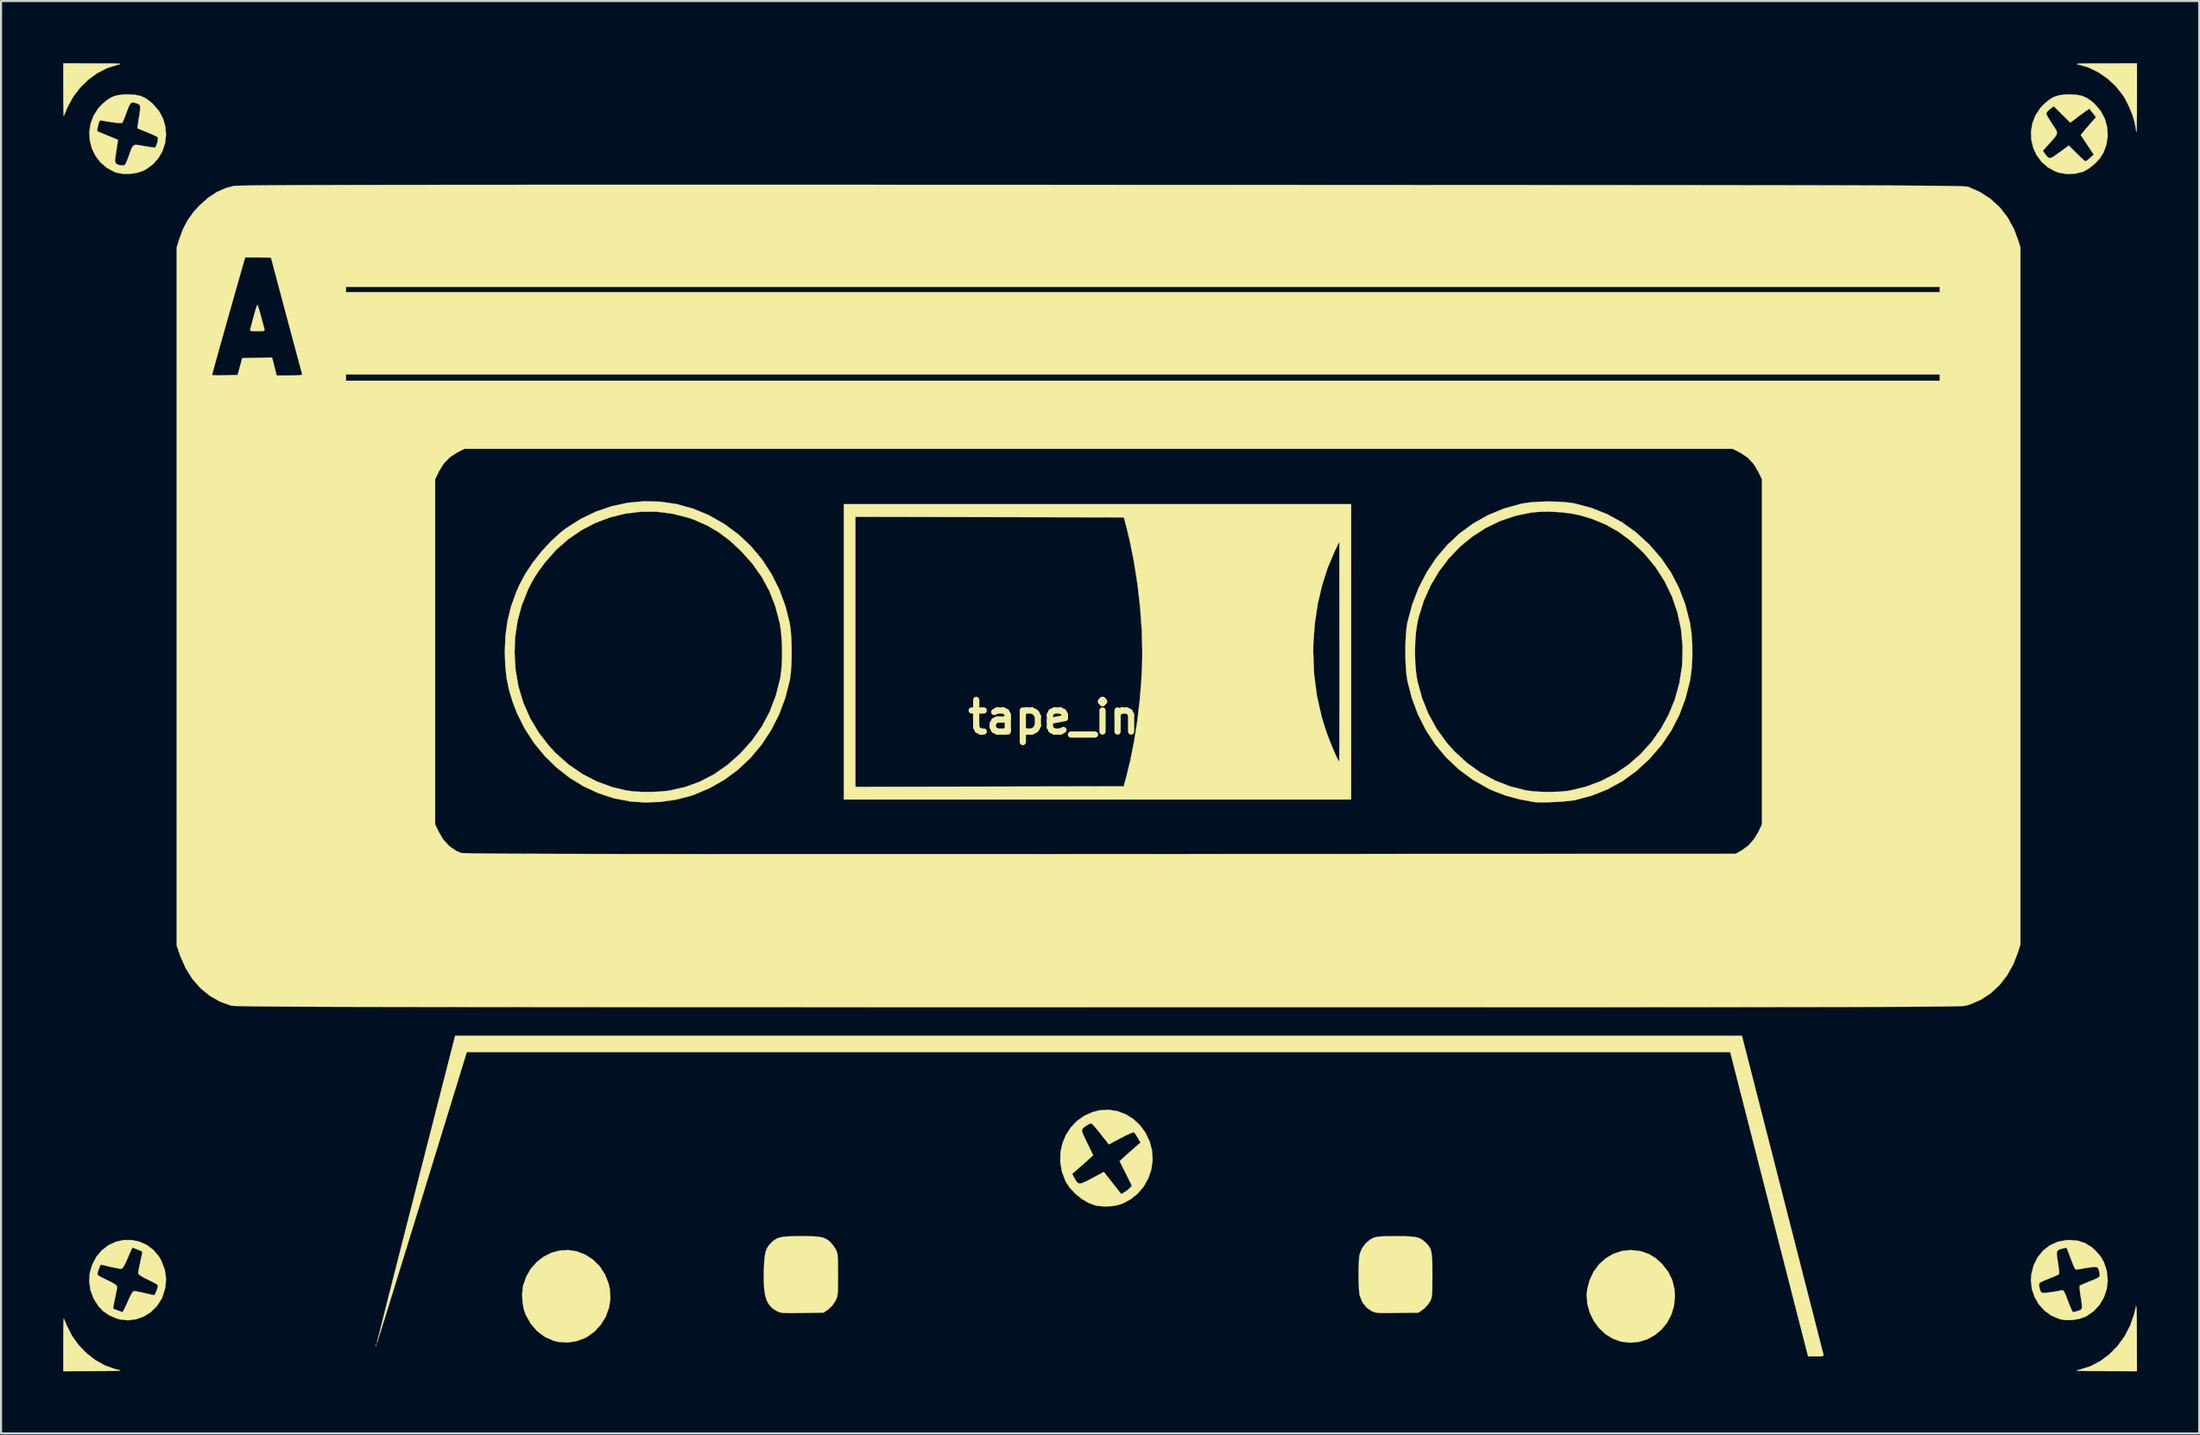
<source format=kicad_pcb>
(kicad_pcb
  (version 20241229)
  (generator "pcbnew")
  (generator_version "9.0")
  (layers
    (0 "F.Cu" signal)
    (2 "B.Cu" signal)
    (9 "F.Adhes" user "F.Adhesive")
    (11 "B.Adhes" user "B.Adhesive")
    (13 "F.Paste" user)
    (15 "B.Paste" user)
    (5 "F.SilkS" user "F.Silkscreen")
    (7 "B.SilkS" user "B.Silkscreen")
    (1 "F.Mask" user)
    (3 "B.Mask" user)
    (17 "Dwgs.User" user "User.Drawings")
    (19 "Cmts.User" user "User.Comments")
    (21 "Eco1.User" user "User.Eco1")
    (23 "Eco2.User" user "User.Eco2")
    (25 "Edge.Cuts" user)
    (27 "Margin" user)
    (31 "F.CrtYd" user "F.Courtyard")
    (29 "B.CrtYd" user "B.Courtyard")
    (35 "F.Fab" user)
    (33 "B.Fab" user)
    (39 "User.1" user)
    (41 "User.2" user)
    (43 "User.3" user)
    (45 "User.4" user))
  (footprint "tape_invert"
    (layer "F.Cu")
    (at 49.94 31.564)
    (property "Reference" "tape_invert" (at 0 0 0) (layer "F.SilkS") (effects (font (size 1.524 1.524) (thickness 0.3))))
    (attr through_hole)
    (fp_poly (pts (xy -21.183 -8.579) (xy -20.987 -8.554) (xy -20.804 -8.519) (xy -20.585 -8.467) (xy -20.349 -8.405) (xy -20.118 -8.339) (xy -19.913 -8.275) (xy -19.755 -8.219) (xy -19.663 -8.177) (xy -19.648 -8.162) (xy -19.671 -8.108) (xy -19.732 -7.986) (xy -19.822 -7.817) (xy -19.881 -7.708) (xy -19.978 -7.519) (xy -20.049 -7.363) (xy -20.085 -7.261) (xy -20.085 -7.235) (xy -20.031 -7.19) (xy -19.911 -7.109) (xy -19.748 -7.007) (xy -19.687 -6.971) (xy -19.501 -6.861) (xy -19.338 -6.762) (xy -19.225 -6.693) (xy -19.208 -6.683) (xy -19.156 -6.656) (xy -19.111 -6.66) (xy -19.061 -6.709) (xy -18.991 -6.815) (xy -18.892 -6.994) (xy -18.846 -7.078) (xy -18.593 -7.545) (xy -18.228 -7.2) (xy -18.03 -7.002) (xy -17.825 -6.78) (xy -17.649 -6.573) (xy -17.608 -6.52) (xy -17.346 -6.126) (xy -17.1 -5.667) (xy -16.885 -5.174) (xy -16.712 -4.677) (xy -16.594 -4.207) (xy -16.564 -4.022) (xy -16.53 -3.767) (xy -17.561 -3.767) (xy -17.561 -2.545) (xy -16.53 -2.545) (xy -16.564 -2.29) (xy -16.687 -1.697) (xy -16.896 -1.093) (xy -17.179 -0.499) (xy -17.525 0.064) (xy -17.923 0.575) (xy -18.247 0.908) (xy -18.593 1.232) (xy -18.846 0.766) (xy -19.098 0.301) (xy -19.335 0.44) (xy -19.579 0.586) (xy -19.793 0.72) (xy -19.962 0.832) (xy -20.071 0.913) (xy -20.106 0.951) (xy -20.083 1.006) (xy -20.022 1.13) (xy -19.932 1.3) (xy -19.872 1.411) (xy -19.774 1.596) (xy -19.7 1.745) (xy -19.66 1.836) (xy -19.656 1.856) (xy -19.709 1.879) (xy -19.833 1.927) (xy -20.005 1.99) (xy -20.047 2.005) (xy -20.624 2.167) (xy -21.244 2.261) (xy -21.872 2.284) (xy -22.475 2.233) (xy -22.583 2.215) (xy -22.893 2.15) (xy -23.175 2.075) (xy -23.413 1.995) (xy -23.596 1.915) (xy -23.709 1.841) (xy -23.738 1.778) (xy -23.732 1.766) (xy -23.687 1.695) (xy -23.609 1.56) (xy -23.511 1.385) (xy -23.473 1.316) (xy -23.261 0.927) (xy -23.777 0.614) (xy -23.979 0.494) (xy -24.146 0.398) (xy -24.261 0.335) (xy -24.306 0.316) (xy -24.334 0.365) (xy -24.399 0.482) (xy -24.491 0.65) (xy -24.56 0.778) (xy -24.8 1.225) (xy -25.062 1.003) (xy -25.413 0.658) (xy -25.756 0.238) (xy -26.073 -0.235) (xy -26.348 -0.733) (xy -26.564 -1.232) (xy -26.6 -1.334) (xy -26.65 -1.499) (xy -26.707 -1.713) (xy -26.765 -1.947) (xy -26.816 -2.175) (xy -26.855 -2.368) (xy -26.875 -2.5) (xy -26.876 -2.525) (xy -26.829 -2.534) (xy -26.701 -2.54) (xy -26.515 -2.544) (xy -26.367 -2.545) (xy -25.858 -2.545) (xy -25.858 -3.767) (xy -26.877 -3.767) (xy -26.844 -3.983) (xy -26.705 -4.627) (xy -26.489 -5.259) (xy -26.206 -5.862) (xy -25.865 -6.421) (xy -25.475 -6.918) (xy -25.045 -7.336) (xy -24.985 -7.386) (xy -24.799 -7.534) (xy -24.559 -7.089) (xy -24.457 -6.899) (xy -24.374 -6.747) (xy -24.321 -6.652) (xy -24.308 -6.63) (xy -24.263 -6.65) (xy -24.148 -6.712) (xy -23.981 -6.808) (xy -23.779 -6.928) (xy -23.779 -6.928) (xy -23.261 -7.238) (xy -23.473 -7.628) (xy -23.575 -7.812) (xy -23.663 -7.966) (xy -23.723 -8.064) (xy -23.734 -8.081) (xy -23.738 -8.133) (xy -23.664 -8.192) (xy -23.55 -8.248) (xy -23.144 -8.392) (xy -22.672 -8.501) (xy -22.167 -8.571) (xy -21.66 -8.598) (xy -21.183 -8.579)) (stroke (width 0.01) (type solid)) (fill yes) (layer "F.Mask"))
    (fp_poly (pts (xy 21.976 -8.589) (xy 22.481 -8.54) (xy 22.967 -8.451) (xy 23.403 -8.326) (xy 23.593 -8.251) (xy 23.82 -8.151) (xy 23.596 -7.753) (xy 23.494 -7.569) (xy 23.412 -7.415) (xy 23.363 -7.315) (xy 23.355 -7.294) (xy 23.39 -7.252) (xy 23.491 -7.171) (xy 23.637 -7.065) (xy 23.809 -6.948) (xy 23.986 -6.832) (xy 24.149 -6.731) (xy 24.276 -6.658) (xy 24.348 -6.628) (xy 24.357 -6.629) (xy 24.384 -6.677) (xy 24.448 -6.794) (xy 24.539 -6.962) (xy 24.608 -7.089) (xy 24.849 -7.535) (xy 25.039 -7.385) (xy 25.395 -7.056) (xy 25.742 -6.647) (xy 26.066 -6.181) (xy 26.351 -5.679) (xy 26.583 -5.163) (xy 26.654 -4.969) (xy 26.703 -4.806) (xy 26.759 -4.595) (xy 26.816 -4.362) (xy 26.867 -4.136) (xy 26.906 -3.943) (xy 26.926 -3.812) (xy 26.927 -3.787) (xy 26.88 -3.778) (xy 26.752 -3.772) (xy 26.566 -3.768) (xy 26.418 -3.767) (xy 25.909 -3.767) (xy 25.909 -2.545) (xy 26.418 -2.545) (xy 26.632 -2.543) (xy 26.801 -2.538) (xy 26.905 -2.531) (xy 26.927 -2.525) (xy 26.914 -2.419) (xy 26.881 -2.243) (xy 26.833 -2.023) (xy 26.777 -1.788) (xy 26.719 -1.565) (xy 26.666 -1.381) (xy 26.651 -1.334) (xy 26.449 -0.838) (xy 26.185 -0.337) (xy 25.876 0.143) (xy 25.537 0.576) (xy 25.186 0.939) (xy 25.113 1.003) (xy 24.851 1.225) (xy 24.611 0.778) (xy 24.508 0.588) (xy 24.424 0.435) (xy 24.37 0.339) (xy 24.357 0.316) (xy 24.311 0.335) (xy 24.196 0.398) (xy 24.03 0.495) (xy 23.829 0.616) (xy 23.314 0.932) (xy 23.525 1.318) (xy 23.627 1.502) (xy 23.715 1.655) (xy 23.774 1.753) (xy 23.785 1.769) (xy 23.776 1.828) (xy 23.674 1.9) (xy 23.488 1.983) (xy 23.226 2.072) (xy 22.971 2.144) (xy 22.646 2.208) (xy 22.256 2.251) (xy 21.837 2.272) (xy 21.424 2.269) (xy 21.052 2.243) (xy 20.865 2.215) (xy 20.692 2.176) (xy 20.48 2.12) (xy 20.254 2.054) (xy 20.039 1.986) (xy 19.859 1.924) (xy 19.739 1.875) (xy 19.707 1.856) (xy 19.722 1.807) (xy 19.777 1.69) (xy 19.863 1.524) (xy 19.927 1.405) (xy 20.025 1.214) (xy 20.097 1.055) (xy 20.133 0.949) (xy 20.134 0.92) (xy 20.079 0.874) (xy 19.959 0.792) (xy 19.798 0.689) (xy 19.62 0.578) (xy 19.446 0.476) (xy 19.302 0.395) (xy 19.211 0.351) (xy 19.202 0.348) (xy 19.15 0.383) (xy 19.065 0.493) (xy 18.958 0.663) (xy 18.887 0.787) (xy 18.638 1.243) (xy 18.182 0.787) (xy 17.734 0.287) (xy 17.366 -0.238) (xy 17.077 -0.777) (xy 16.95 -1.079) (xy 16.828 -1.429) (xy 16.722 -1.788) (xy 16.644 -2.118) (xy 16.615 -2.29) (xy 16.581 -2.545) (xy 17.612 -2.545) (xy 17.612 -3.767) (xy 16.581 -3.767) (xy 16.615 -4.022) (xy 16.705 -4.471) (xy 16.856 -4.96) (xy 17.055 -5.459) (xy 17.289 -5.936) (xy 17.546 -6.362) (xy 17.659 -6.52) (xy 17.819 -6.715) (xy 18.019 -6.937) (xy 18.223 -7.146) (xy 18.278 -7.2) (xy 18.643 -7.544) (xy 18.89 -7.093) (xy 19.005 -6.897) (xy 19.104 -6.751) (xy 19.176 -6.67) (xy 19.202 -6.66) (xy 19.28 -6.695) (xy 19.415 -6.77) (xy 19.584 -6.869) (xy 19.764 -6.979) (xy 19.93 -7.085) (xy 20.06 -7.172) (xy 20.129 -7.226) (xy 20.134 -7.232) (xy 20.124 -7.295) (xy 20.073 -7.424) (xy 19.99 -7.598) (xy 19.932 -7.708) (xy 19.831 -7.894) (xy 19.753 -8.046) (xy 19.707 -8.141) (xy 19.699 -8.162) (xy 19.745 -8.194) (xy 19.87 -8.243) (xy 20.052 -8.303) (xy 20.271 -8.369) (xy 20.506 -8.434) (xy 20.737 -8.492) (xy 20.943 -8.537) (xy 21.038 -8.554) (xy 21.485 -8.595) (xy 21.976 -8.589)) (stroke (width 0.01) (type solid)) (fill yes) (layer "F.Mask"))
    (fp_poly (pts (xy -34.817 30.312) (xy -34.842 30.337) (xy -34.868 30.312) (xy -34.842 30.287) (xy -34.817 30.312)) (stroke (width 0.01) (type solid)) (fill yes) (layer "F.SilkS"))
    (fp_poly (pts (xy -40.546 -19.857) (xy -40.504 -19.732) (xy -40.449 -19.548) (xy -40.396 -19.355) (xy -40.335 -19.125) (xy -40.281 -18.925) (xy -40.242 -18.78) (xy -40.226 -18.719) (xy -40.224 -18.673) (xy -40.263 -18.646) (xy -40.362 -18.633) (xy -40.542 -18.63) (xy -40.569 -18.63) (xy -40.758 -18.632) (xy -40.866 -18.641) (xy -40.911 -18.665) (xy -40.915 -18.711) (xy -40.907 -18.745) (xy -40.807 -19.126) (xy -40.721 -19.44) (xy -40.651 -19.679) (xy -40.601 -19.835) (xy -40.572 -19.901) (xy -40.57 -19.903) (xy -40.546 -19.857)) (stroke (width 0.01) (type solid)) (fill yes) (layer "F.SilkS"))
    (fp_poly (pts (xy -49.886 29.073) (xy -49.832 29.195) (xy -49.765 29.359) (xy -49.518 29.847) (xy -49.197 30.296) (xy -48.813 30.694) (xy -48.382 31.028) (xy -47.917 31.287) (xy -47.431 31.459) (xy -47.339 31.48) (xy -47.248 31.501) (xy -47.196 31.517) (xy -47.188 31.529) (xy -47.235 31.538) (xy -47.344 31.545) (xy -47.524 31.549) (xy -47.782 31.552) (xy -48.128 31.554) (xy -48.471 31.555) (xy -49.935 31.559) (xy -49.935 30.278) (xy -49.934 29.93) (xy -49.932 29.62) (xy -49.928 29.361) (xy -49.924 29.166) (xy -49.919 29.048) (xy -49.914 29.018) (xy -49.886 29.073)) (stroke (width 0.01) (type solid)) (fill yes) (layer "F.SilkS"))
    (fp_poly (pts (xy -48.471 -31.555) (xy -48.051 -31.554) (xy -47.724 -31.552) (xy -47.482 -31.549) (xy -47.317 -31.544) (xy -47.221 -31.537) (xy -47.186 -31.527) (xy -47.203 -31.514) (xy -47.264 -31.497) (xy -47.339 -31.48) (xy -47.827 -31.326) (xy -48.297 -31.083) (xy -48.736 -30.762) (xy -49.129 -30.375) (xy -49.463 -29.935) (xy -49.725 -29.453) (xy -49.765 -29.359) (xy -49.833 -29.195) (xy -49.886 -29.073) (xy -49.914 -29.018) (xy -49.92 -29.061) (xy -49.925 -29.192) (xy -49.929 -29.399) (xy -49.932 -29.667) (xy -49.934 -29.984) (xy -49.935 -30.278) (xy -49.935 -31.559) (xy -48.471 -31.555)) (stroke (width 0.01) (type solid)) (fill yes) (layer "F.SilkS"))
    (fp_poly (pts (xy 50.106 28.432) (xy 50.115 28.489) (xy 50.122 28.608) (xy 50.126 28.798) (xy 50.13 29.065) (xy 50.132 29.418) (xy 50.133 29.864) (xy 50.133 29.892) (xy 50.138 31.559) (xy 48.598 31.555) (xy 48.166 31.554) (xy 47.826 31.552) (xy 47.573 31.549) (xy 47.396 31.544) (xy 47.289 31.538) (xy 47.243 31.528) (xy 47.25 31.516) (xy 47.301 31.5) (xy 47.389 31.48) (xy 47.39 31.48) (xy 47.898 31.32) (xy 48.376 31.07) (xy 48.815 30.74) (xy 49.206 30.339) (xy 49.541 29.878) (xy 49.809 29.365) (xy 50.003 28.81) (xy 50.062 28.558) (xy 50.08 28.474) (xy 50.095 28.43) (xy 50.106 28.432)) (stroke (width 0.01) (type solid)) (fill yes) (layer "F.SilkS"))
    (fp_poly (pts (xy 50.138 -29.905) (xy 50.138 -29.506) (xy 50.136 -29.142) (xy 50.133 -28.824) (xy 50.13 -28.565) (xy 50.126 -28.376) (xy 50.122 -28.27) (xy 50.119 -28.251) (xy 50.102 -28.296) (xy 50.08 -28.414) (xy 50.065 -28.518) (xy 50.004 -28.804) (xy 49.895 -29.138) (xy 49.75 -29.487) (xy 49.583 -29.817) (xy 49.46 -30.019) (xy 49.125 -30.443) (xy 48.726 -30.816) (xy 48.281 -31.123) (xy 47.809 -31.353) (xy 47.39 -31.48) (xy 47.301 -31.5) (xy 47.25 -31.516) (xy 47.243 -31.528) (xy 47.289 -31.538) (xy 47.396 -31.544) (xy 47.573 -31.549) (xy 47.826 -31.552) (xy 48.165 -31.554) (xy 48.598 -31.555) (xy 48.598 -31.555) (xy 50.138 -31.559) (xy 50.138 -29.905)) (stroke (width 0.01) (type solid)) (fill yes) (layer "F.SilkS"))
    (fp_poly (pts (xy -25.163 25.776) (xy -24.735 25.941) (xy -24.358 26.188) (xy -24.041 26.509) (xy -23.792 26.893) (xy -23.619 27.332) (xy -23.557 27.61) (xy -23.532 28.061) (xy -23.601 28.505) (xy -23.756 28.926) (xy -23.989 29.31) (xy -24.293 29.641) (xy -24.659 29.905) (xy -24.767 29.962) (xy -25.178 30.114) (xy -25.607 30.177) (xy -26.032 30.15) (xy -26.286 30.087) (xy -26.708 29.896) (xy -27.071 29.624) (xy -27.376 29.269) (xy -27.62 28.837) (xy -27.718 28.542) (xy -27.775 28.193) (xy -27.789 27.829) (xy -27.755 27.492) (xy -27.742 27.43) (xy -27.595 26.999) (xy -27.373 26.617) (xy -27.087 26.293) (xy -26.749 26.032) (xy -26.372 25.844) (xy -25.967 25.736) (xy -25.545 25.715) (xy -25.163 25.776)) (stroke (width 0.01) (type solid)) (fill yes) (layer "F.SilkS"))
    (fp_poly (pts (xy 26.138 25.76) (xy 26.234 25.782) (xy 26.595 25.911) (xy 26.913 26.105) (xy 27.217 26.381) (xy 27.221 26.385) (xy 27.516 26.761) (xy 27.715 27.168) (xy 27.821 27.614) (xy 27.842 27.945) (xy 27.797 28.407) (xy 27.667 28.834) (xy 27.464 29.217) (xy 27.196 29.547) (xy 26.873 29.817) (xy 26.506 30.019) (xy 26.104 30.144) (xy 25.677 30.184) (xy 25.236 30.13) (xy 25.228 30.128) (xy 24.833 29.985) (xy 24.476 29.759) (xy 24.167 29.463) (xy 23.913 29.112) (xy 23.726 28.72) (xy 23.612 28.3) (xy 23.582 27.868) (xy 23.608 27.61) (xy 23.729 27.152) (xy 23.926 26.744) (xy 24.19 26.394) (xy 24.508 26.109) (xy 24.873 25.896) (xy 25.273 25.762) (xy 25.698 25.714) (xy 26.138 25.76)) (stroke (width 0.01) (type solid)) (fill yes) (layer "F.SilkS"))
    (fp_poly (pts (xy 14.746 25.047) (xy 15.038 25.057) (xy 15.262 25.078) (xy 15.434 25.114) (xy 15.57 25.168) (xy 15.687 25.244) (xy 15.797 25.339) (xy 15.903 25.446) (xy 15.985 25.55) (xy 16.045 25.667) (xy 16.086 25.81) (xy 16.113 25.997) (xy 16.128 26.241) (xy 16.135 26.558) (xy 16.136 26.917) (xy 16.135 27.274) (xy 16.133 27.545) (xy 16.127 27.746) (xy 16.116 27.893) (xy 16.098 28.001) (xy 16.073 28.085) (xy 16.039 28.163) (xy 16.017 28.204) (xy 15.9 28.373) (xy 15.743 28.533) (xy 15.682 28.581) (xy 15.466 28.734) (xy 14.439 28.748) (xy 14.088 28.753) (xy 13.823 28.753) (xy 13.627 28.75) (xy 13.484 28.74) (xy 13.379 28.723) (xy 13.294 28.698) (xy 13.215 28.663) (xy 13.191 28.651) (xy 12.946 28.474) (xy 12.755 28.224) (xy 12.636 27.925) (xy 12.627 27.889) (xy 12.603 27.714) (xy 12.587 27.465) (xy 12.577 27.167) (xy 12.574 26.847) (xy 12.579 26.532) (xy 12.591 26.248) (xy 12.61 26.021) (xy 12.627 25.917) (xy 12.729 25.652) (xy 12.906 25.406) (xy 13.131 25.21) (xy 13.257 25.14) (xy 13.348 25.105) (xy 13.454 25.08) (xy 13.594 25.062) (xy 13.784 25.052) (xy 14.042 25.047) (xy 14.369 25.045) (xy 14.746 25.047)) (stroke (width 0.01) (type solid)) (fill yes) (layer "F.SilkS"))
    (fp_poly (pts (xy -13.953 25.046) (xy -13.662 25.057) (xy -13.439 25.079) (xy -13.268 25.116) (xy -13.132 25.172) (xy -13.015 25.249) (xy -12.912 25.339) (xy -12.792 25.476) (xy -12.679 25.642) (xy -12.657 25.68) (xy -12.62 25.756) (xy -12.592 25.836) (xy -12.572 25.936) (xy -12.559 26.072) (xy -12.552 26.259) (xy -12.548 26.515) (xy -12.547 26.854) (xy -12.547 26.903) (xy -12.548 27.251) (xy -12.55 27.513) (xy -12.556 27.707) (xy -12.568 27.849) (xy -12.587 27.955) (xy -12.615 28.042) (xy -12.653 28.126) (xy -12.677 28.175) (xy -12.831 28.4) (xy -13.025 28.581) (xy -13.025 28.581) (xy -13.243 28.734) (xy -14.269 28.749) (xy -14.619 28.754) (xy -14.882 28.756) (xy -15.076 28.753) (xy -15.217 28.744) (xy -15.32 28.727) (xy -15.403 28.702) (xy -15.48 28.667) (xy -15.525 28.644) (xy -15.717 28.519) (xy -15.868 28.362) (xy -15.981 28.162) (xy -16.06 27.909) (xy -16.109 27.59) (xy -16.13 27.195) (xy -16.127 26.713) (xy -16.125 26.647) (xy -16.109 26.289) (xy -16.083 26.013) (xy -16.042 25.801) (xy -15.979 25.635) (xy -15.89 25.494) (xy -15.769 25.362) (xy -15.746 25.339) (xy -15.631 25.239) (xy -15.512 25.165) (xy -15.373 25.112) (xy -15.197 25.076) (xy -14.968 25.056) (xy -14.668 25.046) (xy -14.329 25.044) (xy -13.953 25.046)) (stroke (width 0.01) (type solid)) (fill yes) (layer "F.SilkS"))
    (fp_poly (pts (xy 12.216 3.97) (xy -12.267 3.97) (xy -12.267 3.36) (xy -11.707 3.36) (xy -5.234 3.347) (xy 1.24 3.334) (xy 1.359 2.901) (xy 1.564 2.061) (xy 1.744 1.148) (xy 1.894 0.187) (xy 2.011 -0.796) (xy 2.092 -1.775) (xy 2.133 -2.724) (xy 2.138 -3.156) (xy 10.384 -3.156) (xy 10.429 -2.074) (xy 10.565 -1.031) (xy 10.794 -0.019) (xy 11.003 0.654) (xy 11.084 0.88) (xy 11.18 1.129) (xy 11.284 1.385) (xy 11.386 1.628) (xy 11.481 1.843) (xy 11.56 2.011) (xy 11.616 2.114) (xy 11.638 2.138) (xy 11.641 2.088) (xy 11.643 1.943) (xy 11.645 1.71) (xy 11.647 1.395) (xy 11.649 1.004) (xy 11.65 0.546) (xy 11.651 0.025) (xy 11.652 -0.55) (xy 11.653 -1.174) (xy 11.653 -1.84) (xy 11.653 -2.541) (xy 11.652 -3.169) (xy 11.648 -8.475) (xy 11.425 -8.017) (xy 11.09 -7.229) (xy 10.816 -6.374) (xy 10.605 -5.469) (xy 10.463 -4.532) (xy 10.392 -3.58) (xy 10.384 -3.156) (xy 2.138 -3.156) (xy 2.111 -4.208) (xy 2.032 -5.304) (xy 1.905 -6.414) (xy 1.734 -7.507) (xy 1.523 -8.555) (xy 1.362 -9.213) (xy 1.247 -9.646) (xy -5.23 -9.659) (xy -11.707 -9.672) (xy -11.707 3.36) (xy -12.267 3.36) (xy -12.267 -10.282) (xy 12.216 -10.282) (xy 12.216 3.97)) (stroke (width 0.01) (type solid)) (fill yes) (layer "F.SilkS"))
    (fp_poly (pts (xy 0.025 15.373) (xy 31.076 15.373) (xy 33.031 23.02) (xy 33.251 23.882) (xy 33.465 24.718) (xy 33.671 25.522) (xy 33.867 26.289) (xy 34.052 27.014) (xy 34.225 27.691) (xy 34.385 28.315) (xy 34.53 28.881) (xy 34.658 29.382) (xy 34.768 29.814) (xy 34.86 30.172) (xy 34.931 30.45) (xy 34.98 30.642) (xy 35.006 30.743) (xy 35.009 30.757) (xy 35.01 30.803) (xy 34.971 30.83) (xy 34.872 30.843) (xy 34.694 30.846) (xy 34.652 30.846) (xy 34.271 30.846) (xy 34.031 29.918) (xy 33.989 29.752) (xy 33.923 29.494) (xy 33.835 29.152) (xy 33.727 28.732) (xy 33.602 28.242) (xy 33.46 27.687) (xy 33.303 27.076) (xy 33.134 26.415) (xy 32.953 25.711) (xy 32.764 24.97) (xy 32.567 24.201) (xy 32.365 23.41) (xy 32.159 22.604) (xy 32.151 22.575) (xy 30.511 16.161) (xy -30.463 16.161) (xy -32.627 23.195) (xy -32.879 24.013) (xy -33.123 24.805) (xy -33.357 25.564) (xy -33.579 26.285) (xy -33.789 26.962) (xy -33.983 27.591) (xy -34.161 28.166) (xy -34.321 28.681) (xy -34.461 29.13) (xy -34.579 29.51) (xy -34.675 29.813) (xy -34.745 30.036) (xy -34.788 30.171) (xy -34.804 30.215) (xy -34.793 30.165) (xy -34.758 30.022) (xy -34.701 29.791) (xy -34.622 29.477) (xy -34.524 29.087) (xy -34.407 28.625) (xy -34.274 28.096) (xy -34.124 27.507) (xy -33.96 26.863) (xy -33.784 26.168) (xy -33.595 25.429) (xy -33.397 24.65) (xy -33.189 23.838) (xy -32.974 22.997) (xy -32.921 22.787) (xy -31.025 15.373) (xy 0.025 15.373)) (stroke (width 0.01) (type solid)) (fill yes) (layer "F.SilkS"))
    (fp_poly (pts (xy 47.222 -30.042) (xy 47.497 -29.986) (xy 47.737 -29.879) (xy 47.974 -29.709) (xy 48.106 -29.591) (xy 48.39 -29.259) (xy 48.59 -28.88) (xy 48.703 -28.47) (xy 48.728 -28.044) (xy 48.661 -27.615) (xy 48.522 -27.246) (xy 48.351 -26.978) (xy 48.114 -26.72) (xy 47.843 -26.498) (xy 47.566 -26.34) (xy 47.517 -26.321) (xy 47.15 -26.231) (xy 46.759 -26.217) (xy 46.38 -26.278) (xy 46.209 -26.336) (xy 45.836 -26.54) (xy 45.531 -26.809) (xy 45.295 -27.129) (xy 45.2 -27.338) (xy 45.599 -27.338) (xy 45.703 -27.191) (xy 45.792 -27.071) (xy 45.866 -27.002) (xy 45.946 -26.985) (xy 46.049 -27.022) (xy 46.197 -27.115) (xy 46.399 -27.261) (xy 46.852 -27.591) (xy 47.235 -27.208) (xy 47.396 -27.051) (xy 47.531 -26.925) (xy 47.624 -26.846) (xy 47.657 -26.825) (xy 47.715 -26.857) (xy 47.816 -26.938) (xy 47.875 -26.991) (xy 48.053 -27.156) (xy 47.427 -28.097) (xy 47.548 -28.247) (xy 47.644 -28.362) (xy 47.778 -28.519) (xy 47.917 -28.679) (xy 48.163 -28.961) (xy 47.839 -29.371) (xy 47.678 -29.259) (xy 47.554 -29.17) (xy 47.386 -29.047) (xy 47.219 -28.921) (xy 46.922 -28.695) (xy 46.523 -29.092) (xy 46.123 -29.489) (xy 45.942 -29.351) (xy 45.832 -29.251) (xy 45.767 -29.163) (xy 45.761 -29.138) (xy 45.788 -29.066) (xy 45.86 -28.933) (xy 45.966 -28.759) (xy 46.048 -28.633) (xy 46.169 -28.452) (xy 46.248 -28.321) (xy 46.281 -28.218) (xy 46.264 -28.122) (xy 46.193 -28.01) (xy 46.066 -27.86) (xy 45.896 -27.671) (xy 45.599 -27.338) (xy 45.2 -27.338) (xy 45.131 -27.489) (xy 45.041 -27.873) (xy 45.027 -28.268) (xy 45.093 -28.662) (xy 45.239 -29.042) (xy 45.469 -29.392) (xy 45.642 -29.578) (xy 45.892 -29.791) (xy 46.127 -29.933) (xy 46.38 -30.016) (xy 46.681 -30.053) (xy 46.881 -30.057) (xy 47.222 -30.042)) (stroke (width 0.01) (type solid)) (fill yes) (layer "F.SilkS"))
    (fp_poly (pts (xy 0.942 19.012) (xy 1.344 19.165) (xy 1.71 19.395) (xy 2.031 19.694) (xy 2.294 20.056) (xy 2.491 20.471) (xy 2.606 20.908) (xy 2.635 21.371) (xy 2.574 21.823) (xy 2.428 22.251) (xy 2.208 22.643) (xy 1.92 22.986) (xy 1.572 23.267) (xy 1.174 23.474) (xy 0.949 23.547) (xy 0.654 23.597) (xy 0.318 23.61) (xy -0.004 23.584) (xy -0.121 23.562) (xy -0.448 23.443) (xy -0.781 23.247) (xy -1.094 22.995) (xy -1.363 22.707) (xy -1.562 22.404) (xy -1.576 22.375) (xy -1.702 22.036) (xy -1.247 22.036) (xy -1.151 22.215) (xy -1.068 22.363) (xy -0.994 22.459) (xy -0.913 22.502) (xy -0.806 22.495) (xy -0.655 22.437) (xy -0.442 22.33) (xy -0.295 22.252) (xy 0.282 21.944) (xy 0.702 22.478) (xy 1.122 23.012) (xy 1.277 22.921) (xy 1.417 22.824) (xy 1.533 22.721) (xy 1.635 22.613) (xy 1.339 22.018) (xy 1.043 21.423) (xy 1.247 21.236) (xy 1.391 21.105) (xy 1.573 20.943) (xy 1.752 20.787) (xy 2.053 20.525) (xy 1.917 20.293) (xy 1.83 20.156) (xy 1.759 20.058) (xy 1.731 20.03) (xy 1.67 20.041) (xy 1.538 20.094) (xy 1.354 20.179) (xy 1.137 20.289) (xy 1.103 20.307) (xy 0.525 20.615) (xy 0.122 20.106) (xy -0.032 19.914) (xy -0.166 19.756) (xy -0.266 19.645) (xy -0.318 19.598) (xy -0.321 19.597) (xy -0.417 19.627) (xy -0.548 19.699) (xy -0.674 19.789) (xy -0.727 19.839) (xy -0.762 19.884) (xy -0.776 19.934) (xy -0.765 20.006) (xy -0.724 20.117) (xy -0.648 20.284) (xy -0.532 20.525) (xy -0.525 20.537) (xy -0.233 21.136) (xy -0.435 21.321) (xy -0.577 21.449) (xy -0.758 21.61) (xy -0.938 21.768) (xy -0.942 21.771) (xy -1.247 22.036) (xy -1.702 22.036) (xy -1.744 21.923) (xy -1.821 21.466) (xy -1.812 21.014) (xy -1.722 20.58) (xy -1.557 20.174) (xy -1.322 19.807) (xy -1.022 19.49) (xy -0.663 19.235) (xy -0.251 19.052) (xy 0.072 18.972) (xy 0.514 18.945) (xy 0.942 19.012)) (stroke (width 0.01) (type solid)) (fill yes) (layer "F.SilkS"))
    (fp_poly (pts (xy -46.488 -30.042) (xy -46.213 -29.986) (xy -45.973 -29.879) (xy -45.736 -29.709) (xy -45.604 -29.591) (xy -45.322 -29.264) (xy -45.125 -28.899) (xy -45.011 -28.51) (xy -44.977 -28.111) (xy -45.022 -27.715) (xy -45.144 -27.336) (xy -45.341 -26.988) (xy -45.611 -26.683) (xy -45.952 -26.437) (xy -46.054 -26.383) (xy -46.354 -26.278) (xy -46.698 -26.224) (xy -47.046 -26.224) (xy -47.361 -26.28) (xy -47.456 -26.312) (xy -47.834 -26.514) (xy -48.146 -26.782) (xy -48.388 -27.102) (xy -48.56 -27.46) (xy -48.657 -27.845) (xy -48.677 -28.242) (xy -48.667 -28.308) (xy -48.301 -28.308) (xy -48.299 -28.283) (xy -48.247 -28.259) (xy -48.121 -28.206) (xy -47.943 -28.132) (xy -47.797 -28.072) (xy -47.595 -27.99) (xy -47.431 -27.923) (xy -47.328 -27.88) (xy -47.301 -27.869) (xy -47.304 -27.819) (xy -47.32 -27.692) (xy -47.348 -27.51) (xy -47.364 -27.407) (xy -47.398 -27.19) (xy -47.424 -26.999) (xy -47.438 -26.866) (xy -47.44 -26.836) (xy -47.394 -26.724) (xy -47.264 -26.651) (xy -47.078 -26.625) (xy -47.012 -26.631) (xy -46.96 -26.666) (xy -46.909 -26.746) (xy -46.848 -26.891) (xy -46.783 -27.067) (xy -46.695 -27.313) (xy -46.629 -27.478) (xy -46.565 -27.576) (xy -46.484 -27.619) (xy -46.368 -27.621) (xy -46.198 -27.595) (xy -46.053 -27.569) (xy -45.84 -27.534) (xy -45.663 -27.506) (xy -45.548 -27.49) (xy -45.519 -27.487) (xy -45.477 -27.531) (xy -45.43 -27.64) (xy -45.39 -27.776) (xy -45.367 -27.902) (xy -45.371 -27.984) (xy -45.373 -27.986) (xy -45.431 -28.025) (xy -45.562 -28.09) (xy -45.744 -28.17) (xy -45.875 -28.224) (xy -46.074 -28.305) (xy -46.234 -28.37) (xy -46.334 -28.412) (xy -46.357 -28.423) (xy -46.354 -28.474) (xy -46.337 -28.602) (xy -46.31 -28.786) (xy -46.293 -28.889) (xy -46.251 -29.158) (xy -46.228 -29.345) (xy -46.226 -29.467) (xy -46.248 -29.541) (xy -46.295 -29.585) (xy -46.371 -29.617) (xy -46.379 -29.62) (xy -46.516 -29.662) (xy -46.613 -29.667) (xy -46.688 -29.622) (xy -46.755 -29.514) (xy -46.831 -29.329) (xy -46.877 -29.205) (xy -46.954 -28.999) (xy -47.022 -28.829) (xy -47.072 -28.717) (xy -47.089 -28.688) (xy -47.158 -28.675) (xy -47.312 -28.681) (xy -47.536 -28.707) (xy -47.814 -28.751) (xy -48.058 -28.795) (xy -48.137 -28.802) (xy -48.187 -28.769) (xy -48.225 -28.675) (xy -48.254 -28.558) (xy -48.286 -28.409) (xy -48.301 -28.308) (xy -48.667 -28.308) (xy -48.619 -28.637) (xy -48.48 -29.019) (xy -48.257 -29.372) (xy -48.055 -29.591) (xy -47.808 -29.799) (xy -47.573 -29.938) (xy -47.32 -30.019) (xy -47.017 -30.053) (xy -46.83 -30.057) (xy -46.488 -30.042)) (stroke (width 0.01) (type solid)) (fill yes) (layer "F.SilkS"))
    (fp_poly (pts (xy -46.628 25.231) (xy -46.253 25.312) (xy -45.901 25.472) (xy -45.588 25.707) (xy -45.326 26.015) (xy -45.202 26.231) (xy -45.038 26.668) (xy -44.976 27.109) (xy -45.016 27.549) (xy -45.157 27.987) (xy -45.2 28.079) (xy -45.423 28.425) (xy -45.711 28.707) (xy -46.048 28.918) (xy -46.42 29.052) (xy -46.81 29.102) (xy -47.204 29.061) (xy -47.355 29.019) (xy -47.723 28.862) (xy -48.023 28.65) (xy -48.222 28.441) (xy -48.466 28.068) (xy -48.62 27.666) (xy -48.683 27.248) (xy -48.66 26.869) (xy -48.288 26.869) (xy -48.263 26.919) (xy -48.191 26.975) (xy -48.058 27.048) (xy -47.849 27.15) (xy -47.826 27.161) (xy -47.593 27.276) (xy -47.443 27.364) (xy -47.362 27.433) (xy -47.339 27.491) (xy -47.349 27.583) (xy -47.378 27.746) (xy -47.42 27.951) (xy -47.442 28.054) (xy -47.485 28.258) (xy -47.515 28.42) (xy -47.529 28.518) (xy -47.527 28.537) (xy -47.473 28.564) (xy -47.361 28.609) (xy -47.231 28.657) (xy -47.122 28.694) (xy -47.078 28.705) (xy -47.046 28.663) (xy -46.984 28.546) (xy -46.902 28.372) (xy -46.825 28.2) (xy -46.709 27.948) (xy -46.619 27.785) (xy -46.55 27.704) (xy -46.516 27.691) (xy -46.428 27.702) (xy -46.271 27.732) (xy -46.073 27.776) (xy -46.006 27.792) (xy -45.81 27.838) (xy -45.654 27.873) (xy -45.563 27.892) (xy -45.551 27.894) (xy -45.511 27.849) (xy -45.456 27.73) (xy -45.397 27.562) (xy -45.378 27.498) (xy -45.372 27.443) (xy -45.396 27.393) (xy -45.468 27.337) (xy -45.601 27.264) (xy -45.811 27.162) (xy -45.833 27.151) (xy -46.081 27.027) (xy -46.238 26.931) (xy -46.313 26.859) (xy -46.321 26.832) (xy -46.31 26.745) (xy -46.282 26.586) (xy -46.241 26.385) (xy -46.22 26.288) (xy -46.176 26.084) (xy -46.141 25.92) (xy -46.121 25.818) (xy -46.118 25.799) (xy -46.16 25.77) (xy -46.264 25.723) (xy -46.394 25.67) (xy -46.517 25.625) (xy -46.598 25.604) (xy -46.604 25.604) (xy -46.627 25.647) (xy -46.681 25.766) (xy -46.758 25.94) (xy -46.832 26.113) (xy -46.941 26.357) (xy -47.026 26.515) (xy -47.092 26.6) (xy -47.141 26.622) (xy -47.231 26.61) (xy -47.39 26.581) (xy -47.591 26.538) (xy -47.67 26.52) (xy -47.866 26.474) (xy -48.021 26.439) (xy -48.111 26.42) (xy -48.123 26.418) (xy -48.152 26.461) (xy -48.198 26.57) (xy -48.249 26.711) (xy -48.281 26.814) (xy -48.288 26.869) (xy -48.66 26.869) (xy -48.658 26.829) (xy -48.544 26.423) (xy -48.342 26.044) (xy -48.081 25.732) (xy -47.753 25.478) (xy -47.392 25.311) (xy -47.012 25.229) (xy -46.628 25.231)) (stroke (width 0.01) (type solid)) (fill yes) (layer "F.SilkS"))
    (fp_poly (pts (xy 47.287 25.264) (xy 47.642 25.379) (xy 47.963 25.582) (xy 48.123 25.725) (xy 48.37 26.002) (xy 48.541 26.292) (xy 48.658 26.63) (xy 48.689 26.767) (xy 48.729 27.19) (xy 48.678 27.606) (xy 48.543 28.001) (xy 48.332 28.358) (xy 48.053 28.662) (xy 47.715 28.897) (xy 47.62 28.944) (xy 47.318 29.043) (xy 46.978 29.093) (xy 46.644 29.09) (xy 46.419 29.049) (xy 46.03 28.889) (xy 45.692 28.649) (xy 45.413 28.345) (xy 45.203 27.989) (xy 45.069 27.596) (xy 45.048 27.41) (xy 45.416 27.41) (xy 45.43 27.496) (xy 45.462 27.645) (xy 45.505 27.736) (xy 45.579 27.778) (xy 45.705 27.782) (xy 45.906 27.758) (xy 45.973 27.747) (xy 46.183 27.715) (xy 46.365 27.684) (xy 46.486 27.662) (xy 46.505 27.658) (xy 46.555 27.656) (xy 46.6 27.686) (xy 46.649 27.765) (xy 46.711 27.908) (xy 46.795 28.129) (xy 46.81 28.17) (xy 46.893 28.385) (xy 46.967 28.558) (xy 47.024 28.673) (xy 47.053 28.708) (xy 47.127 28.695) (xy 47.255 28.661) (xy 47.295 28.65) (xy 47.387 28.619) (xy 47.448 28.581) (xy 47.48 28.518) (xy 47.485 28.413) (xy 47.468 28.247) (xy 47.43 28.003) (xy 47.417 27.92) (xy 47.388 27.716) (xy 47.372 27.551) (xy 47.373 27.45) (xy 47.379 27.432) (xy 47.44 27.4) (xy 47.572 27.342) (xy 47.75 27.268) (xy 47.822 27.239) (xy 48.056 27.145) (xy 48.21 27.077) (xy 48.3 27.022) (xy 48.34 26.968) (xy 48.345 26.902) (xy 48.331 26.817) (xy 48.299 26.667) (xy 48.256 26.576) (xy 48.182 26.534) (xy 48.056 26.53) (xy 47.856 26.555) (xy 47.788 26.565) (xy 47.578 26.597) (xy 47.397 26.628) (xy 47.276 26.65) (xy 47.257 26.654) (xy 47.207 26.656) (xy 47.161 26.624) (xy 47.111 26.542) (xy 47.048 26.396) (xy 46.962 26.17) (xy 46.956 26.154) (xy 46.876 25.941) (xy 46.809 25.765) (xy 46.763 25.648) (xy 46.746 25.609) (xy 46.693 25.61) (xy 46.575 25.635) (xy 46.5 25.654) (xy 46.393 25.687) (xy 46.322 25.728) (xy 46.283 25.793) (xy 46.273 25.899) (xy 46.288 26.065) (xy 46.325 26.308) (xy 46.343 26.418) (xy 46.371 26.617) (xy 46.386 26.775) (xy 46.385 26.868) (xy 46.38 26.881) (xy 46.32 26.913) (xy 46.189 26.97) (xy 46.012 27.044) (xy 45.939 27.073) (xy 45.705 27.167) (xy 45.551 27.235) (xy 45.461 27.29) (xy 45.421 27.344) (xy 45.416 27.41) (xy 45.048 27.41) (xy 45.021 27.179) (xy 45.045 26.868) (xy 45.161 26.431) (xy 45.355 26.05) (xy 45.617 25.732) (xy 45.939 25.485) (xy 46.312 25.317) (xy 46.728 25.236) (xy 46.881 25.229) (xy 47.287 25.264)) (stroke (width 0.01) (type solid)) (fill yes) (layer "F.SilkS"))
    (fp_poly (pts (xy -21.115 -10.402) (xy -20.331 -10.286) (xy -19.561 -10.074) (xy -18.812 -9.766) (xy -18.767 -9.744) (xy -18.03 -9.324) (xy -17.357 -8.828) (xy -16.752 -8.259) (xy -16.219 -7.622) (xy -15.761 -6.922) (xy -15.38 -6.162) (xy -15.081 -5.348) (xy -14.881 -4.554) (xy -14.834 -4.242) (xy -14.803 -3.857) (xy -14.787 -3.427) (xy -14.785 -2.98) (xy -14.798 -2.544) (xy -14.826 -2.148) (xy -14.869 -1.817) (xy -14.881 -1.758) (xy -15.099 -0.911) (xy -15.401 -0.111) (xy -15.783 0.637) (xy -16.239 1.328) (xy -16.765 1.956) (xy -17.356 2.516) (xy -18.008 3.002) (xy -18.716 3.409) (xy -19.476 3.733) (xy -19.701 3.808) (xy -20.398 3.985) (xy -21.135 4.087) (xy -21.88 4.114) (xy -22.568 4.065) (xy -23.35 3.915) (xy -24.103 3.67) (xy -24.823 3.337) (xy -25.501 2.922) (xy -26.131 2.43) (xy -26.707 1.867) (xy -27.222 1.238) (xy -27.668 0.55) (xy -28.039 -0.192) (xy -28.259 -0.762) (xy -28.425 -1.323) (xy -28.539 -1.877) (xy -28.604 -2.457) (xy -28.627 -3.095) (xy -28.628 -3.156) (xy -28.159 -3.156) (xy -28.111 -2.301) (xy -27.968 -1.48) (xy -27.732 -0.695) (xy -27.404 0.049) (xy -26.985 0.749) (xy -26.478 1.401) (xy -26.166 1.734) (xy -25.553 2.279) (xy -24.891 2.735) (xy -24.184 3.101) (xy -23.436 3.374) (xy -22.757 3.535) (xy -22.419 3.578) (xy -22.017 3.602) (xy -21.587 3.606) (xy -21.164 3.589) (xy -20.784 3.553) (xy -20.687 3.539) (xy -19.931 3.369) (xy -19.219 3.111) (xy -18.545 2.761) (xy -17.905 2.318) (xy -17.293 1.779) (xy -17.249 1.735) (xy -16.692 1.113) (xy -16.224 0.446) (xy -15.844 -0.271) (xy -15.55 -1.04) (xy -15.339 -1.867) (xy -15.338 -1.87) (xy -15.286 -2.233) (xy -15.255 -2.665) (xy -15.246 -3.134) (xy -15.258 -3.609) (xy -15.29 -4.06) (xy -15.343 -4.455) (xy -15.365 -4.568) (xy -15.577 -5.364) (xy -15.863 -6.095) (xy -16.231 -6.775) (xy -16.685 -7.414) (xy -17.23 -8.022) (xy -17.763 -8.517) (xy -18.301 -8.923) (xy -18.861 -9.253) (xy -19.465 -9.52) (xy -19.763 -9.625) (xy -20.518 -9.819) (xy -21.282 -9.917) (xy -22.046 -9.919) (xy -22.8 -9.828) (xy -23.538 -9.648) (xy -24.249 -9.381) (xy -24.927 -9.029) (xy -25.561 -8.596) (xy -26.144 -8.083) (xy -26.666 -7.494) (xy -26.695 -7.458) (xy -26.946 -7.121) (xy -27.146 -6.826) (xy -27.314 -6.542) (xy -27.469 -6.237) (xy -27.512 -6.145) (xy -27.809 -5.399) (xy -28.014 -4.644) (xy -28.129 -3.861) (xy -28.159 -3.156) (xy -28.628 -3.156) (xy -28.596 -3.935) (xy -28.496 -4.66) (xy -28.323 -5.358) (xy -28.071 -6.054) (xy -27.929 -6.378) (xy -27.641 -6.918) (xy -27.276 -7.468) (xy -26.855 -8.001) (xy -26.397 -8.496) (xy -25.923 -8.927) (xy -25.661 -9.129) (xy -24.963 -9.572) (xy -24.23 -9.924) (xy -23.471 -10.183) (xy -22.693 -10.35) (xy -21.906 -10.423) (xy -21.115 -10.402)) (stroke (width 0.01) (type solid)) (fill yes) (layer "F.SilkS"))
    (fp_poly (pts (xy 22.096 -10.404) (xy 22.508 -10.382) (xy 22.866 -10.341) (xy 23.008 -10.315) (xy 23.822 -10.098) (xy 24.581 -9.796) (xy 25.289 -9.408) (xy 25.954 -8.93) (xy 26.581 -8.359) (xy 26.619 -8.32) (xy 27.18 -7.675) (xy 27.653 -6.984) (xy 28.039 -6.241) (xy 28.341 -5.444) (xy 28.561 -4.588) (xy 28.567 -4.557) (xy 28.641 -4.056) (xy 28.679 -3.497) (xy 28.682 -2.917) (xy 28.65 -2.351) (xy 28.583 -1.837) (xy 28.567 -1.755) (xy 28.35 -0.899) (xy 28.052 -0.102) (xy 27.669 0.642) (xy 27.199 1.336) (xy 26.639 1.986) (xy 26.612 2.015) (xy 25.984 2.594) (xy 25.313 3.081) (xy 24.598 3.476) (xy 23.836 3.782) (xy 23.033 3.997) (xy 22.835 4.028) (xy 22.569 4.055) (xy 22.261 4.079) (xy 21.938 4.096) (xy 21.624 4.106) (xy 21.346 4.108) (xy 21.13 4.101) (xy 21.048 4.092) (xy 20.328 3.959) (xy 19.679 3.781) (xy 19.078 3.553) (xy 18.818 3.431) (xy 18.086 3.016) (xy 17.417 2.522) (xy 16.814 1.955) (xy 16.281 1.32) (xy 15.822 0.621) (xy 15.439 -0.136) (xy 15.138 -0.947) (xy 14.931 -1.758) (xy 14.886 -2.059) (xy 14.855 -2.431) (xy 14.838 -2.847) (xy 14.836 -3.141) (xy 15.296 -3.141) (xy 15.31 -2.621) (xy 15.352 -2.136) (xy 15.415 -1.744) (xy 15.641 -0.919) (xy 15.954 -0.146) (xy 16.355 0.576) (xy 16.843 1.245) (xy 17.209 1.653) (xy 17.807 2.202) (xy 18.455 2.668) (xy 19.147 3.046) (xy 19.874 3.332) (xy 20.629 3.523) (xy 20.717 3.539) (xy 21.058 3.58) (xy 21.459 3.602) (xy 21.884 3.605) (xy 22.295 3.59) (xy 22.657 3.555) (xy 22.768 3.538) (xy 23.544 3.353) (xy 24.278 3.078) (xy 24.967 2.72) (xy 25.604 2.285) (xy 26.184 1.777) (xy 26.702 1.204) (xy 27.154 0.571) (xy 27.532 -0.116) (xy 27.833 -0.85) (xy 28.051 -1.627) (xy 28.181 -2.44) (xy 28.195 -2.591) (xy 28.213 -3.429) (xy 28.135 -4.252) (xy 27.963 -5.052) (xy 27.7 -5.822) (xy 27.348 -6.552) (xy 26.911 -7.237) (xy 26.391 -7.867) (xy 26.242 -8.022) (xy 25.683 -8.534) (xy 25.11 -8.956) (xy 24.506 -9.297) (xy 23.851 -9.568) (xy 23.25 -9.749) (xy 22.821 -9.835) (xy 22.333 -9.893) (xy 21.824 -9.921) (xy 21.332 -9.916) (xy 20.915 -9.879) (xy 20.143 -9.721) (xy 19.406 -9.47) (xy 18.71 -9.133) (xy 18.061 -8.715) (xy 17.464 -8.223) (xy 16.926 -7.661) (xy 16.453 -7.036) (xy 16.049 -6.353) (xy 15.722 -5.618) (xy 15.477 -4.836) (xy 15.418 -4.581) (xy 15.35 -4.154) (xy 15.309 -3.663) (xy 15.296 -3.141) (xy 14.836 -3.141) (xy 14.835 -3.283) (xy 14.845 -3.711) (xy 14.869 -4.104) (xy 14.907 -4.437) (xy 14.933 -4.581) (xy 15.165 -5.442) (xy 15.476 -6.251) (xy 15.865 -7.002) (xy 16.325 -7.691) (xy 16.853 -8.314) (xy 17.445 -8.867) (xy 18.097 -9.346) (xy 18.804 -9.745) (xy 19.561 -10.061) (xy 20.366 -10.289) (xy 20.503 -10.318) (xy 20.831 -10.366) (xy 21.226 -10.397) (xy 21.658 -10.41) (xy 22.096 -10.404)) (stroke (width 0.01) (type solid)) (fill yes) (layer "F.SilkS"))
    (fp_poly (pts (xy -18.511 -25.697) (xy -16.726 -25.697) (xy -14.854 -25.696) (xy -12.893 -25.696) (xy -10.842 -25.696) (xy -8.698 -25.695) (xy -6.46 -25.695) (xy -4.126 -25.694) (xy -1.693 -25.693) (xy 0.189 -25.693) (xy 2.664 -25.692) (xy 5.039 -25.691) (xy 7.316 -25.69) (xy 9.498 -25.69) (xy 11.587 -25.689) (xy 13.584 -25.688) (xy 15.491 -25.687) (xy 17.311 -25.686) (xy 19.045 -25.686) (xy 20.697 -25.685) (xy 22.267 -25.684) (xy 23.758 -25.683) (xy 25.171 -25.682) (xy 26.51 -25.681) (xy 27.776 -25.68) (xy 28.97 -25.679) (xy 30.096 -25.678) (xy 31.155 -25.676) (xy 32.149 -25.675) (xy 33.08 -25.674) (xy 33.951 -25.672) (xy 34.763 -25.671) (xy 35.518 -25.669) (xy 36.219 -25.667) (xy 36.867 -25.665) (xy 37.465 -25.663) (xy 38.015 -25.661) (xy 38.518 -25.659) (xy 38.977 -25.657) (xy 39.394 -25.654) (xy 39.771 -25.652) (xy 40.109 -25.649) (xy 40.412 -25.646) (xy 40.68 -25.643) (xy 40.917 -25.64) (xy 41.124 -25.637) (xy 41.303 -25.634) (xy 41.456 -25.63) (xy 41.586 -25.626) (xy 41.694 -25.622) (xy 41.782 -25.618) (xy 41.853 -25.614) (xy 41.908 -25.609) (xy 41.95 -25.605) (xy 41.981 -25.6) (xy 42.002 -25.595) (xy 42.008 -25.593) (xy 42.582 -25.337) (xy 43.091 -25.002) (xy 43.533 -24.593) (xy 43.905 -24.111) (xy 44.205 -23.56) (xy 44.394 -23.059) (xy 44.514 -22.677) (xy 44.514 10.969) (xy 44.394 11.351) (xy 44.164 11.94) (xy 43.864 12.469) (xy 43.5 12.932) (xy 43.079 13.322) (xy 42.607 13.632) (xy 42.091 13.856) (xy 41.869 13.921) (xy 41.843 13.925) (xy 41.802 13.93) (xy 41.742 13.934) (xy 41.663 13.938) (xy 41.563 13.942) (xy 41.438 13.946) (xy 41.287 13.949) (xy 41.109 13.953) (xy 40.901 13.956) (xy 40.661 13.959) (xy 40.387 13.962) (xy 40.077 13.965) (xy 39.73 13.967) (xy 39.342 13.97) (xy 38.912 13.972) (xy 38.439 13.974) (xy 37.919 13.976) (xy 37.351 13.978) (xy 36.733 13.98) (xy 36.064 13.982) (xy 35.34 13.983) (xy 34.56 13.985) (xy 33.722 13.986) (xy 32.824 13.987) (xy 31.863 13.989) (xy 30.839 13.99) (xy 29.748 13.99) (xy 28.589 13.991) (xy 27.36 13.992) (xy 26.059 13.993) (xy 24.684 13.993) (xy 23.232 13.994) (xy 21.702 13.994) (xy 20.091 13.994) (xy 18.399 13.995) (xy 16.622 13.995) (xy 14.758 13.995) (xy 12.806 13.995) (xy 10.764 13.995) (xy 8.63 13.995) (xy 6.401 13.995) (xy 4.075 13.995) (xy 1.651 13.995) (xy 0.002 13.995) (xy -2.493 13.994) (xy -4.888 13.994) (xy -7.185 13.994) (xy -9.387 13.994) (xy -11.494 13.993) (xy -13.51 13.993) (xy -15.436 13.992) (xy -17.275 13.992) (xy -19.027 13.991) (xy -20.696 13.991) (xy -22.283 13.99) (xy -23.79 13.99) (xy -25.219 13.989) (xy -26.573 13.988) (xy -27.852 13.987) (xy -29.06 13.986) (xy -30.198 13.985) (xy -31.268 13.984) (xy -32.273 13.983) (xy -33.214 13.981) (xy -34.093 13.98) (xy -34.912 13.978) (xy -35.673 13.977) (xy -36.378 13.975) (xy -37.03 13.973) (xy -37.63 13.971) (xy -38.18 13.969) (xy -38.682 13.967) (xy -39.139 13.964) (xy -39.552 13.962) (xy -39.922 13.959) (xy -40.254 13.957) (xy -40.547 13.954) (xy -40.804 13.951) (xy -41.028 13.947) (xy -41.22 13.944) (xy -41.382 13.941) (xy -41.517 13.937) (xy -41.625 13.933) (xy -41.71 13.929) (xy -41.773 13.925) (xy -41.816 13.921) (xy -41.841 13.916) (xy -42.384 13.719) (xy -42.88 13.434) (xy -43.324 13.067) (xy -43.71 12.624) (xy -44.032 12.109) (xy -44.286 11.529) (xy -44.294 11.504) (xy -44.463 11.02) (xy -44.463 -11.478) (xy -31.992 -11.478) (xy -31.992 5.167) (xy -31.832 5.504) (xy -31.593 5.909) (xy -31.301 6.227) (xy -30.956 6.459) (xy -30.751 6.547) (xy -30.722 6.552) (xy -30.662 6.556) (xy -30.569 6.56) (xy -30.439 6.564) (xy -30.272 6.568) (xy -30.064 6.572) (xy -29.815 6.575) (xy -29.52 6.578) (xy -29.179 6.581) (xy -28.79 6.584) (xy -28.35 6.587) (xy -27.856 6.589) (xy -27.308 6.591) (xy -26.702 6.593) (xy -26.036 6.595) (xy -25.309 6.597) (xy -24.519 6.598) (xy -23.662 6.6) (xy -22.737 6.601) (xy -21.742 6.602) (xy -20.675 6.603) (xy -19.533 6.603) (xy -18.315 6.604) (xy -17.018 6.605) (xy -15.64 6.605) (xy -14.178 6.605) (xy -12.632 6.605) (xy -10.998 6.605) (xy -9.275 6.605) (xy -7.46 6.604) (xy -5.551 6.604) (xy -3.546 6.604) (xy -1.443 6.603) (xy 0.102 6.602) (xy 30.77 6.592) (xy 31.039 6.443) (xy 31.384 6.194) (xy 31.674 5.863) (xy 31.882 5.507) (xy 32.043 5.167) (xy 32.043 -11.478) (xy 31.882 -11.818) (xy 31.647 -12.214) (xy 31.355 -12.528) (xy 30.999 -12.767) (xy 30.956 -12.789) (xy 30.62 -12.955) (xy -30.569 -12.955) (xy -30.905 -12.789) (xy -31.268 -12.558) (xy -31.567 -12.253) (xy -31.807 -11.867) (xy -31.831 -11.818) (xy -31.992 -11.478) (xy -44.463 -11.478) (xy -44.463 -16.517) (xy -42.758 -16.517) (xy -42.71 -16.507) (xy -42.58 -16.501) (xy -42.388 -16.5) (xy -42.152 -16.503) (xy -42.139 -16.503) (xy -41.52 -16.518) (xy -41.41 -16.925) (xy -41.301 -17.332) (xy -40.581 -17.346) (xy -39.861 -17.36) (xy -39.81 -17.168) (xy -39.765 -16.994) (xy -39.715 -16.794) (xy -39.7 -16.734) (xy -39.64 -16.492) (xy -39.012 -16.492) (xy -38.738 -16.495) (xy -38.553 -16.503) (xy -38.447 -16.518) (xy -38.406 -16.542) (xy -38.406 -16.543) (xy -36.293 -16.543) (xy -36.293 -16.238) (xy 40.62 -16.238) (xy 40.62 -16.543) (xy -36.293 -16.543) (xy -38.406 -16.543) (xy -38.406 -16.556) (xy -38.423 -16.617) (xy -38.464 -16.765) (xy -38.524 -16.988) (xy -38.602 -17.277) (xy -38.694 -17.62) (xy -38.798 -18.007) (xy -38.911 -18.427) (xy -39.029 -18.869) (xy -39.151 -19.323) (xy -39.272 -19.778) (xy -39.391 -20.223) (xy -39.505 -20.647) (xy -39.537 -20.768) (xy -36.293 -20.768) (xy -36.293 -20.513) (xy 40.62 -20.513) (xy 40.62 -20.768) (xy -36.293 -20.768) (xy -39.537 -20.768) (xy -39.609 -21.041) (xy -39.703 -21.392) (xy -39.782 -21.691) (xy -39.844 -21.927) (xy -39.886 -22.089) (xy -39.906 -22.166) (xy -39.907 -22.171) (xy -39.955 -22.18) (xy -40.085 -22.187) (xy -40.278 -22.191) (xy -40.514 -22.193) (xy -40.533 -22.193) (xy -41.159 -22.193) (xy -41.505 -20.984) (xy -41.626 -20.559) (xy -41.754 -20.108) (xy -41.885 -19.644) (xy -42.017 -19.176) (xy -42.147 -18.715) (xy -42.272 -18.271) (xy -42.389 -17.855) (xy -42.495 -17.476) (xy -42.587 -17.146) (xy -42.662 -16.875) (xy -42.717 -16.673) (xy -42.75 -16.55) (xy -42.758 -16.517) (xy -44.463 -16.517) (xy -44.463 -22.677) (xy -44.343 -23.059) (xy -44.159 -23.558) (xy -43.933 -23.991) (xy -43.646 -24.387) (xy -43.345 -24.714) (xy -42.941 -25.073) (xy -42.534 -25.342) (xy -42.106 -25.532) (xy -41.732 -25.634) (xy -41.7 -25.638) (xy -41.647 -25.643) (xy -41.571 -25.647) (xy -41.468 -25.65) (xy -41.338 -25.654) (xy -41.179 -25.657) (xy -40.988 -25.661) (xy -40.763 -25.664) (xy -40.503 -25.667) (xy -40.206 -25.67) (xy -39.869 -25.672) (xy -39.49 -25.675) (xy -39.069 -25.677) (xy -38.602 -25.679) (xy -38.088 -25.681) (xy -37.525 -25.683) (xy -36.91 -25.685) (xy -36.242 -25.687) (xy -35.52 -25.688) (xy -34.74 -25.69) (xy -33.901 -25.691) (xy -33.001 -25.692) (xy -32.038 -25.693) (xy -31.01 -25.694) (xy -29.915 -25.695) (xy -28.751 -25.695) (xy -27.517 -25.696) (xy -26.209 -25.696) (xy -24.827 -25.697) (xy -23.368 -25.697) (xy -21.831 -25.697) (xy -20.212 -25.697) (xy -18.511 -25.697)) (stroke (width 0.01) (type solid)) (fill yes) (layer "F.SilkS")))
  (gr_rect
    (start -3 -3)
    (end 103.083 66.128)
    (stroke (width 0.1) (type default))
    (fill no)
    (layer "Edge.Cuts")))
</source>
